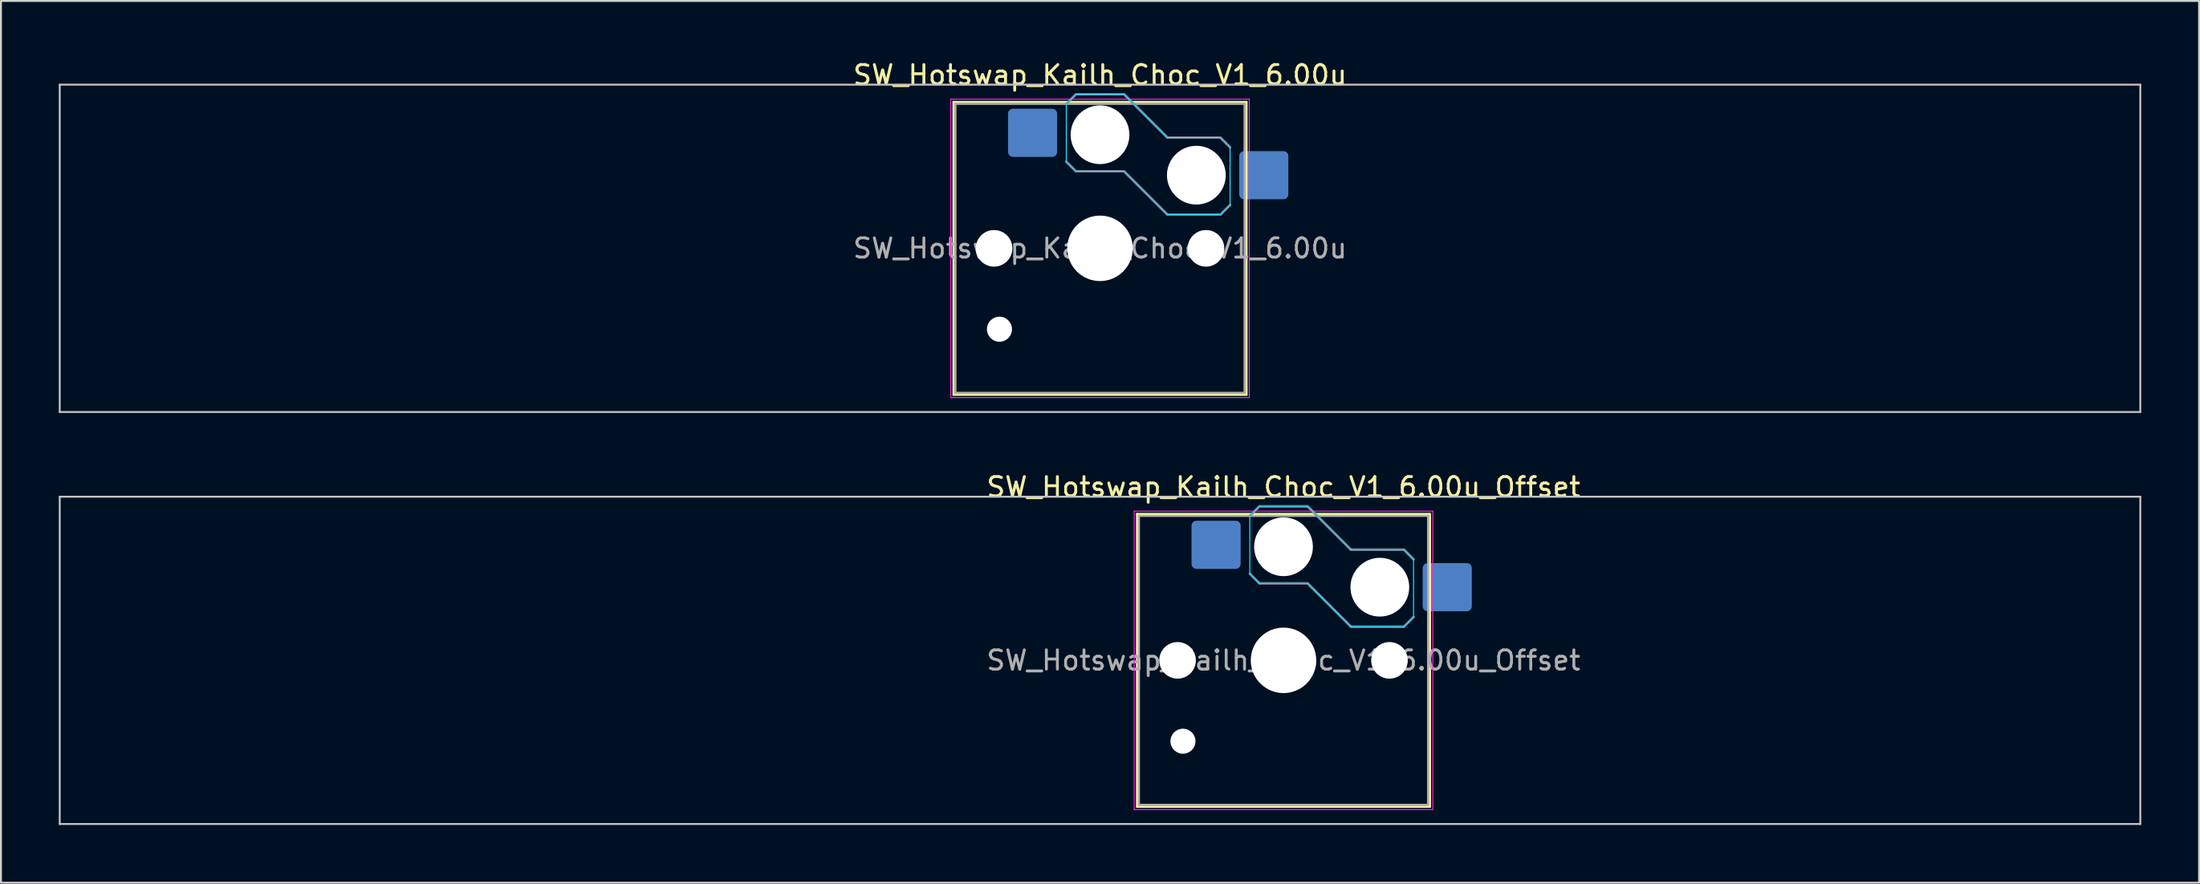
<source format=kicad_pcb>
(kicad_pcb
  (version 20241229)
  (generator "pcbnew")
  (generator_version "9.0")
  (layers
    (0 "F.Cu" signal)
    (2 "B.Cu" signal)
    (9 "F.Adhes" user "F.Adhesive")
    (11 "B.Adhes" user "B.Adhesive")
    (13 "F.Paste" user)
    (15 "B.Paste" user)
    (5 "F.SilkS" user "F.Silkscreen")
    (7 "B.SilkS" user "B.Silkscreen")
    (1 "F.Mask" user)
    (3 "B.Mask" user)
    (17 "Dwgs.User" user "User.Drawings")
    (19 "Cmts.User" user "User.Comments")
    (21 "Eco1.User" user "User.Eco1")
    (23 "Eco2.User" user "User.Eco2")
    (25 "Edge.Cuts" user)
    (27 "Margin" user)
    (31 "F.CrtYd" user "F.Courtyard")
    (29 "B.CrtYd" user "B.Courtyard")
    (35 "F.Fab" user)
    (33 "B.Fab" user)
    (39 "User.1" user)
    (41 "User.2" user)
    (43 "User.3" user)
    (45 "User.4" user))
  (footprint "SW_Hotswap_Kailh_Choc_V1_6.00u"
    (layer "F.Cu")
    (at 54.05 9.848)
    (property "Reference" "SW_Hotswap_Kailh_Choc_V1_6.00u" (at 0 -9 0) (layer "F.SilkS") (effects (font (size 1 1) (thickness 0.15))))
    (attr smd)
    (fp_line (start -7.6 -7.6) (end -7.6 7.6) (stroke (width 0.12) (type solid)) (layer "F.SilkS"))
    (fp_line (start -7.6 7.6) (end 7.6 7.6) (stroke (width 0.12) (type solid)) (layer "F.SilkS"))
    (fp_line (start 7.6 -7.6) (end -7.6 -7.6) (stroke (width 0.12) (type solid)) (layer "F.SilkS"))
    (fp_line (start 7.6 7.6) (end 7.6 -7.6) (stroke (width 0.12) (type solid)) (layer "F.SilkS"))
    (fp_line (start -1.75 -7.5) (end -1.25 -8) (stroke (width 0.12) (type solid)) (layer "B.SilkS"))
    (fp_line (start -1.25 -8) (end 1.25 -8) (stroke (width 0.12) (type solid)) (layer "B.SilkS"))
    (fp_line (start -1.25 -4) (end -1.75 -4.5) (stroke (width 0.12) (type solid)) (layer "B.SilkS"))
    (fp_line (start 1.25 -8) (end 3.5 -5.75) (stroke (width 0.12) (type solid)) (layer "B.SilkS"))
    (fp_line (start 1.25 -4) (end -1.25 -4) (stroke (width 0.12) (type solid)) (layer "B.SilkS"))
    (fp_line (start 3.5 -5.75) (end 6.25 -5.75) (stroke (width 0.12) (type solid)) (layer "B.SilkS"))
    (fp_line (start 3.5 -1.75) (end 1.25 -4) (stroke (width 0.12) (type solid)) (layer "B.SilkS"))
    (fp_line (start 6.25 -5.75) (end 6.75 -5.25) (stroke (width 0.12) (type solid)) (layer "B.SilkS"))
    (fp_line (start 6.25 -1.75) (end 3.5 -1.75) (stroke (width 0.12) (type solid)) (layer "B.SilkS"))
    (fp_line (start 6.75 -2.25) (end 6.25 -1.75) (stroke (width 0.12) (type solid)) (layer "B.SilkS"))
    (fp_line (start -54 -8.5) (end -54 8.5) (stroke (width 0.1) (type solid)) (layer "Dwgs.User"))
    (fp_line (start -54 8.5) (end 54 8.5) (stroke (width 0.1) (type solid)) (layer "Dwgs.User"))
    (fp_line (start 54 -8.5) (end -54 -8.5) (stroke (width 0.1) (type solid)) (layer "Dwgs.User"))
    (fp_line (start 54 8.5) (end 54 -8.5) (stroke (width 0.1) (type solid)) (layer "Dwgs.User"))
    (fp_line (start -7.25 -7.25) (end -7.25 7.25) (stroke (width 0.1) (type solid)) (layer "Eco1.User"))
    (fp_line (start -7.25 7.25) (end 7.25 7.25) (stroke (width 0.1) (type solid)) (layer "Eco1.User"))
    (fp_line (start 7.25 -7.25) (end -7.25 -7.25) (stroke (width 0.1) (type solid)) (layer "Eco1.User"))
    (fp_line (start 7.25 7.25) (end 7.25 -7.25) (stroke (width 0.1) (type solid)) (layer "Eco1.User"))
    (fp_line (start -1.75 -7.5) (end -1.25 -8) (stroke (width 0.05) (type solid)) (layer "B.CrtYd"))
    (fp_line (start -1.75 -4.5) (end -1.75 -7.5) (stroke (width 0.05) (type solid)) (layer "B.CrtYd"))
    (fp_line (start -1.25 -8) (end 1.25 -8) (stroke (width 0.05) (type solid)) (layer "B.CrtYd"))
    (fp_line (start -1.25 -4) (end -1.75 -4.5) (stroke (width 0.05) (type solid)) (layer "B.CrtYd"))
    (fp_line (start 1.25 -8) (end 3.5 -5.75) (stroke (width 0.05) (type solid)) (layer "B.CrtYd"))
    (fp_line (start 1.25 -4) (end -1.25 -4) (stroke (width 0.05) (type solid)) (layer "B.CrtYd"))
    (fp_line (start 3.5 -5.75) (end 6.25 -5.75) (stroke (width 0.05) (type solid)) (layer "B.CrtYd"))
    (fp_line (start 3.5 -1.75) (end 1.25 -4) (stroke (width 0.05) (type solid)) (layer "B.CrtYd"))
    (fp_line (start 6.25 -5.75) (end 6.75 -5.25) (stroke (width 0.05) (type solid)) (layer "B.CrtYd"))
    (fp_line (start 6.25 -1.75) (end 3.5 -1.75) (stroke (width 0.05) (type solid)) (layer "B.CrtYd"))
    (fp_line (start 6.75 -5.25) (end 6.75 -2.25) (stroke (width 0.05) (type solid)) (layer "B.CrtYd"))
    (fp_line (start 6.75 -2.25) (end 6.25 -1.75) (stroke (width 0.05) (type solid)) (layer "B.CrtYd"))
    (fp_line (start -7.75 -7.75) (end -7.75 7.75) (stroke (width 0.05) (type solid)) (layer "F.CrtYd"))
    (fp_line (start -7.75 7.75) (end 7.75 7.75) (stroke (width 0.05) (type solid)) (layer "F.CrtYd"))
    (fp_line (start 7.75 -7.75) (end -7.75 -7.75) (stroke (width 0.05) (type solid)) (layer "F.CrtYd"))
    (fp_line (start 7.75 7.75) (end 7.75 -7.75) (stroke (width 0.05) (type solid)) (layer "F.CrtYd"))
    (fp_line (start -1.75 -7.5) (end -1.25 -8) (stroke (width 0.1) (type solid)) (layer "B.Fab"))
    (fp_line (start -1.25 -8) (end 1.25 -8) (stroke (width 0.1) (type solid)) (layer "B.Fab"))
    (fp_line (start -1.25 -4) (end -1.75 -4.5) (stroke (width 0.1) (type solid)) (layer "B.Fab"))
    (fp_line (start 1.25 -8) (end 3.5 -5.75) (stroke (width 0.1) (type solid)) (layer "B.Fab"))
    (fp_line (start 1.25 -4) (end -1.25 -4) (stroke (width 0.1) (type solid)) (layer "B.Fab"))
    (fp_line (start 3.5 -5.75) (end 6.25 -5.75) (stroke (width 0.1) (type solid)) (layer "B.Fab"))
    (fp_line (start 3.5 -1.75) (end 1.25 -4) (stroke (width 0.1) (type solid)) (layer "B.Fab"))
    (fp_line (start 6.25 -5.75) (end 6.75 -5.25) (stroke (width 0.1) (type solid)) (layer "B.Fab"))
    (fp_line (start 6.25 -1.75) (end 3.5 -1.75) (stroke (width 0.1) (type solid)) (layer "B.Fab"))
    (fp_line (start 6.75 -2.25) (end 6.25 -1.75) (stroke (width 0.1) (type solid)) (layer "B.Fab"))
    (fp_line (start -7.5 -7.5) (end -7.5 7.5) (stroke (width 0.1) (type solid)) (layer "F.Fab"))
    (fp_line (start -7.5 7.5) (end 7.5 7.5) (stroke (width 0.1) (type solid)) (layer "F.Fab"))
    (fp_line (start 7.5 -7.5) (end -7.5 -7.5) (stroke (width 0.1) (type solid)) (layer "F.Fab"))
    (fp_line (start 7.5 7.5) (end 7.5 -7.5) (stroke (width 0.1) (type solid)) (layer "F.Fab"))
    (fp_text user "${REFERENCE}" (at 0 0 0) (layer "F.Fab") (effects (font (size 1 1) (thickness 0.15))))
    (pad "" np_thru_hole circle (at -5.5 0) (size 1.9 1.9) (drill 1.9) (layers "*.Cu" "*.Mask"))
    (pad "" np_thru_hole circle (at -5.22 4.2) (size 1.3 1.3) (drill 1.3) (layers "*.Cu" "*.Mask"))
    (pad "" np_thru_hole circle (at 0 -5.9) (size 3.05 3.05) (drill 3.05) (layers "*.Cu" "*.Mask"))
    (pad "" np_thru_hole circle (at 0 0) (size 3.4 3.4) (drill 3.4) (layers "*.Cu" "*.Mask"))
    (pad "" np_thru_hole circle (at 5 -3.8) (size 3.05 3.05) (drill 3.05) (layers "*.Cu" "*.Mask"))
    (pad "" np_thru_hole circle (at 5.5 0) (size 1.9 1.9) (drill 1.9) (layers "*.Cu" "*.Mask"))
    (pad "1" smd roundrect (at -3.5 -6) (size 2.55 2.5) (layers "B.Cu" "B.Mask" "B.Paste") (roundrect_rratio 0.1))
    (pad "2" smd roundrect (at 8.5 -3.8) (size 2.55 2.5) (layers "B.Cu" "B.Mask" "B.Paste") (roundrect_rratio 0.1)))
  (footprint "SW_Hotswap_Kailh_Choc_V1_6.00u_Offset"
    (layer "F.Cu")
    (at 63.575 31.247)
    (property "Reference" "SW_Hotswap_Kailh_Choc_V1_6.00u_Offset" (at 0 -9 0) (layer "F.SilkS") (effects (font (size 1 1) (thickness 0.15))))
    (attr smd)
    (fp_line (start -7.6 -7.6) (end -7.6 7.6) (stroke (width 0.12) (type solid)) (layer "F.SilkS"))
    (fp_line (start -7.6 7.6) (end 7.6 7.6) (stroke (width 0.12) (type solid)) (layer "F.SilkS"))
    (fp_line (start 7.6 -7.6) (end -7.6 -7.6) (stroke (width 0.12) (type solid)) (layer "F.SilkS"))
    (fp_line (start 7.6 7.6) (end 7.6 -7.6) (stroke (width 0.12) (type solid)) (layer "F.SilkS"))
    (fp_line (start -1.75 -7.5) (end -1.25 -8) (stroke (width 0.12) (type solid)) (layer "B.SilkS"))
    (fp_line (start -1.25 -8) (end 1.25 -8) (stroke (width 0.12) (type solid)) (layer "B.SilkS"))
    (fp_line (start -1.25 -4) (end -1.75 -4.5) (stroke (width 0.12) (type solid)) (layer "B.SilkS"))
    (fp_line (start 1.25 -8) (end 3.5 -5.75) (stroke (width 0.12) (type solid)) (layer "B.SilkS"))
    (fp_line (start 1.25 -4) (end -1.25 -4) (stroke (width 0.12) (type solid)) (layer "B.SilkS"))
    (fp_line (start 3.5 -5.75) (end 6.25 -5.75) (stroke (width 0.12) (type solid)) (layer "B.SilkS"))
    (fp_line (start 3.5 -1.75) (end 1.25 -4) (stroke (width 0.12) (type solid)) (layer "B.SilkS"))
    (fp_line (start 6.25 -5.75) (end 6.75 -5.25) (stroke (width 0.12) (type solid)) (layer "B.SilkS"))
    (fp_line (start 6.25 -1.75) (end 3.5 -1.75) (stroke (width 0.12) (type solid)) (layer "B.SilkS"))
    (fp_line (start 6.75 -2.25) (end 6.25 -1.75) (stroke (width 0.12) (type solid)) (layer "B.SilkS"))
    (fp_line (start -63.525 -8.5) (end -63.525 8.5) (stroke (width 0.1) (type solid)) (layer "Dwgs.User"))
    (fp_line (start -63.525 8.5) (end 44.475 8.5) (stroke (width 0.1) (type solid)) (layer "Dwgs.User"))
    (fp_line (start 44.475 -8.5) (end -63.525 -8.5) (stroke (width 0.1) (type solid)) (layer "Dwgs.User"))
    (fp_line (start 44.475 8.5) (end 44.475 -8.5) (stroke (width 0.1) (type solid)) (layer "Dwgs.User"))
    (fp_line (start -7.25 -7.25) (end -7.25 7.25) (stroke (width 0.1) (type solid)) (layer "Eco1.User"))
    (fp_line (start -7.25 7.25) (end 7.25 7.25) (stroke (width 0.1) (type solid)) (layer "Eco1.User"))
    (fp_line (start 7.25 -7.25) (end -7.25 -7.25) (stroke (width 0.1) (type solid)) (layer "Eco1.User"))
    (fp_line (start 7.25 7.25) (end 7.25 -7.25) (stroke (width 0.1) (type solid)) (layer "Eco1.User"))
    (fp_line (start -1.75 -7.5) (end -1.25 -8) (stroke (width 0.05) (type solid)) (layer "B.CrtYd"))
    (fp_line (start -1.75 -4.5) (end -1.75 -7.5) (stroke (width 0.05) (type solid)) (layer "B.CrtYd"))
    (fp_line (start -1.25 -8) (end 1.25 -8) (stroke (width 0.05) (type solid)) (layer "B.CrtYd"))
    (fp_line (start -1.25 -4) (end -1.75 -4.5) (stroke (width 0.05) (type solid)) (layer "B.CrtYd"))
    (fp_line (start 1.25 -8) (end 3.5 -5.75) (stroke (width 0.05) (type solid)) (layer "B.CrtYd"))
    (fp_line (start 1.25 -4) (end -1.25 -4) (stroke (width 0.05) (type solid)) (layer "B.CrtYd"))
    (fp_line (start 3.5 -5.75) (end 6.25 -5.75) (stroke (width 0.05) (type solid)) (layer "B.CrtYd"))
    (fp_line (start 3.5 -1.75) (end 1.25 -4) (stroke (width 0.05) (type solid)) (layer "B.CrtYd"))
    (fp_line (start 6.25 -5.75) (end 6.75 -5.25) (stroke (width 0.05) (type solid)) (layer "B.CrtYd"))
    (fp_line (start 6.25 -1.75) (end 3.5 -1.75) (stroke (width 0.05) (type solid)) (layer "B.CrtYd"))
    (fp_line (start 6.75 -5.25) (end 6.75 -2.25) (stroke (width 0.05) (type solid)) (layer "B.CrtYd"))
    (fp_line (start 6.75 -2.25) (end 6.25 -1.75) (stroke (width 0.05) (type solid)) (layer "B.CrtYd"))
    (fp_line (start -7.75 -7.75) (end -7.75 7.75) (stroke (width 0.05) (type solid)) (layer "F.CrtYd"))
    (fp_line (start -7.75 7.75) (end 7.75 7.75) (stroke (width 0.05) (type solid)) (layer "F.CrtYd"))
    (fp_line (start 7.75 -7.75) (end -7.75 -7.75) (stroke (width 0.05) (type solid)) (layer "F.CrtYd"))
    (fp_line (start 7.75 7.75) (end 7.75 -7.75) (stroke (width 0.05) (type solid)) (layer "F.CrtYd"))
    (fp_line (start -1.75 -7.5) (end -1.25 -8) (stroke (width 0.1) (type solid)) (layer "B.Fab"))
    (fp_line (start -1.25 -8) (end 1.25 -8) (stroke (width 0.1) (type solid)) (layer "B.Fab"))
    (fp_line (start -1.25 -4) (end -1.75 -4.5) (stroke (width 0.1) (type solid)) (layer "B.Fab"))
    (fp_line (start 1.25 -8) (end 3.5 -5.75) (stroke (width 0.1) (type solid)) (layer "B.Fab"))
    (fp_line (start 1.25 -4) (end -1.25 -4) (stroke (width 0.1) (type solid)) (layer "B.Fab"))
    (fp_line (start 3.5 -5.75) (end 6.25 -5.75) (stroke (width 0.1) (type solid)) (layer "B.Fab"))
    (fp_line (start 3.5 -1.75) (end 1.25 -4) (stroke (width 0.1) (type solid)) (layer "B.Fab"))
    (fp_line (start 6.25 -5.75) (end 6.75 -5.25) (stroke (width 0.1) (type solid)) (layer "B.Fab"))
    (fp_line (start 6.25 -1.75) (end 3.5 -1.75) (stroke (width 0.1) (type solid)) (layer "B.Fab"))
    (fp_line (start 6.75 -2.25) (end 6.25 -1.75) (stroke (width 0.1) (type solid)) (layer "B.Fab"))
    (fp_line (start -7.5 -7.5) (end -7.5 7.5) (stroke (width 0.1) (type solid)) (layer "F.Fab"))
    (fp_line (start -7.5 7.5) (end 7.5 7.5) (stroke (width 0.1) (type solid)) (layer "F.Fab"))
    (fp_line (start 7.5 -7.5) (end -7.5 -7.5) (stroke (width 0.1) (type solid)) (layer "F.Fab"))
    (fp_line (start 7.5 7.5) (end 7.5 -7.5) (stroke (width 0.1) (type solid)) (layer "F.Fab"))
    (fp_text user "${REFERENCE}" (at 0 0 0) (layer "F.Fab") (effects (font (size 1 1) (thickness 0.15))))
    (pad "" np_thru_hole circle (at -5.5 0) (size 1.9 1.9) (drill 1.9) (layers "*.Cu" "*.Mask"))
    (pad "" np_thru_hole circle (at -5.22 4.2) (size 1.3 1.3) (drill 1.3) (layers "*.Cu" "*.Mask"))
    (pad "" np_thru_hole circle (at 0 -5.9) (size 3.05 3.05) (drill 3.05) (layers "*.Cu" "*.Mask"))
    (pad "" np_thru_hole circle (at 0 0) (size 3.4 3.4) (drill 3.4) (layers "*.Cu" "*.Mask"))
    (pad "" np_thru_hole circle (at 5 -3.8) (size 3.05 3.05) (drill 3.05) (layers "*.Cu" "*.Mask"))
    (pad "" np_thru_hole circle (at 5.5 0) (size 1.9 1.9) (drill 1.9) (layers "*.Cu" "*.Mask"))
    (pad "1" smd roundrect (at -3.5 -6) (size 2.55 2.5) (layers "B.Cu" "B.Mask" "B.Paste") (roundrect_rratio 0.1))
    (pad "2" smd roundrect (at 8.5 -3.8) (size 2.55 2.5) (layers "B.Cu" "B.Mask" "B.Paste") (roundrect_rratio 0.1)))
  (gr_rect
    (start -3 -3)
    (end 111.1 42.797)
    (stroke (width 0.1) (type default))
    (fill no)
    (layer "Edge.Cuts")))
</source>
